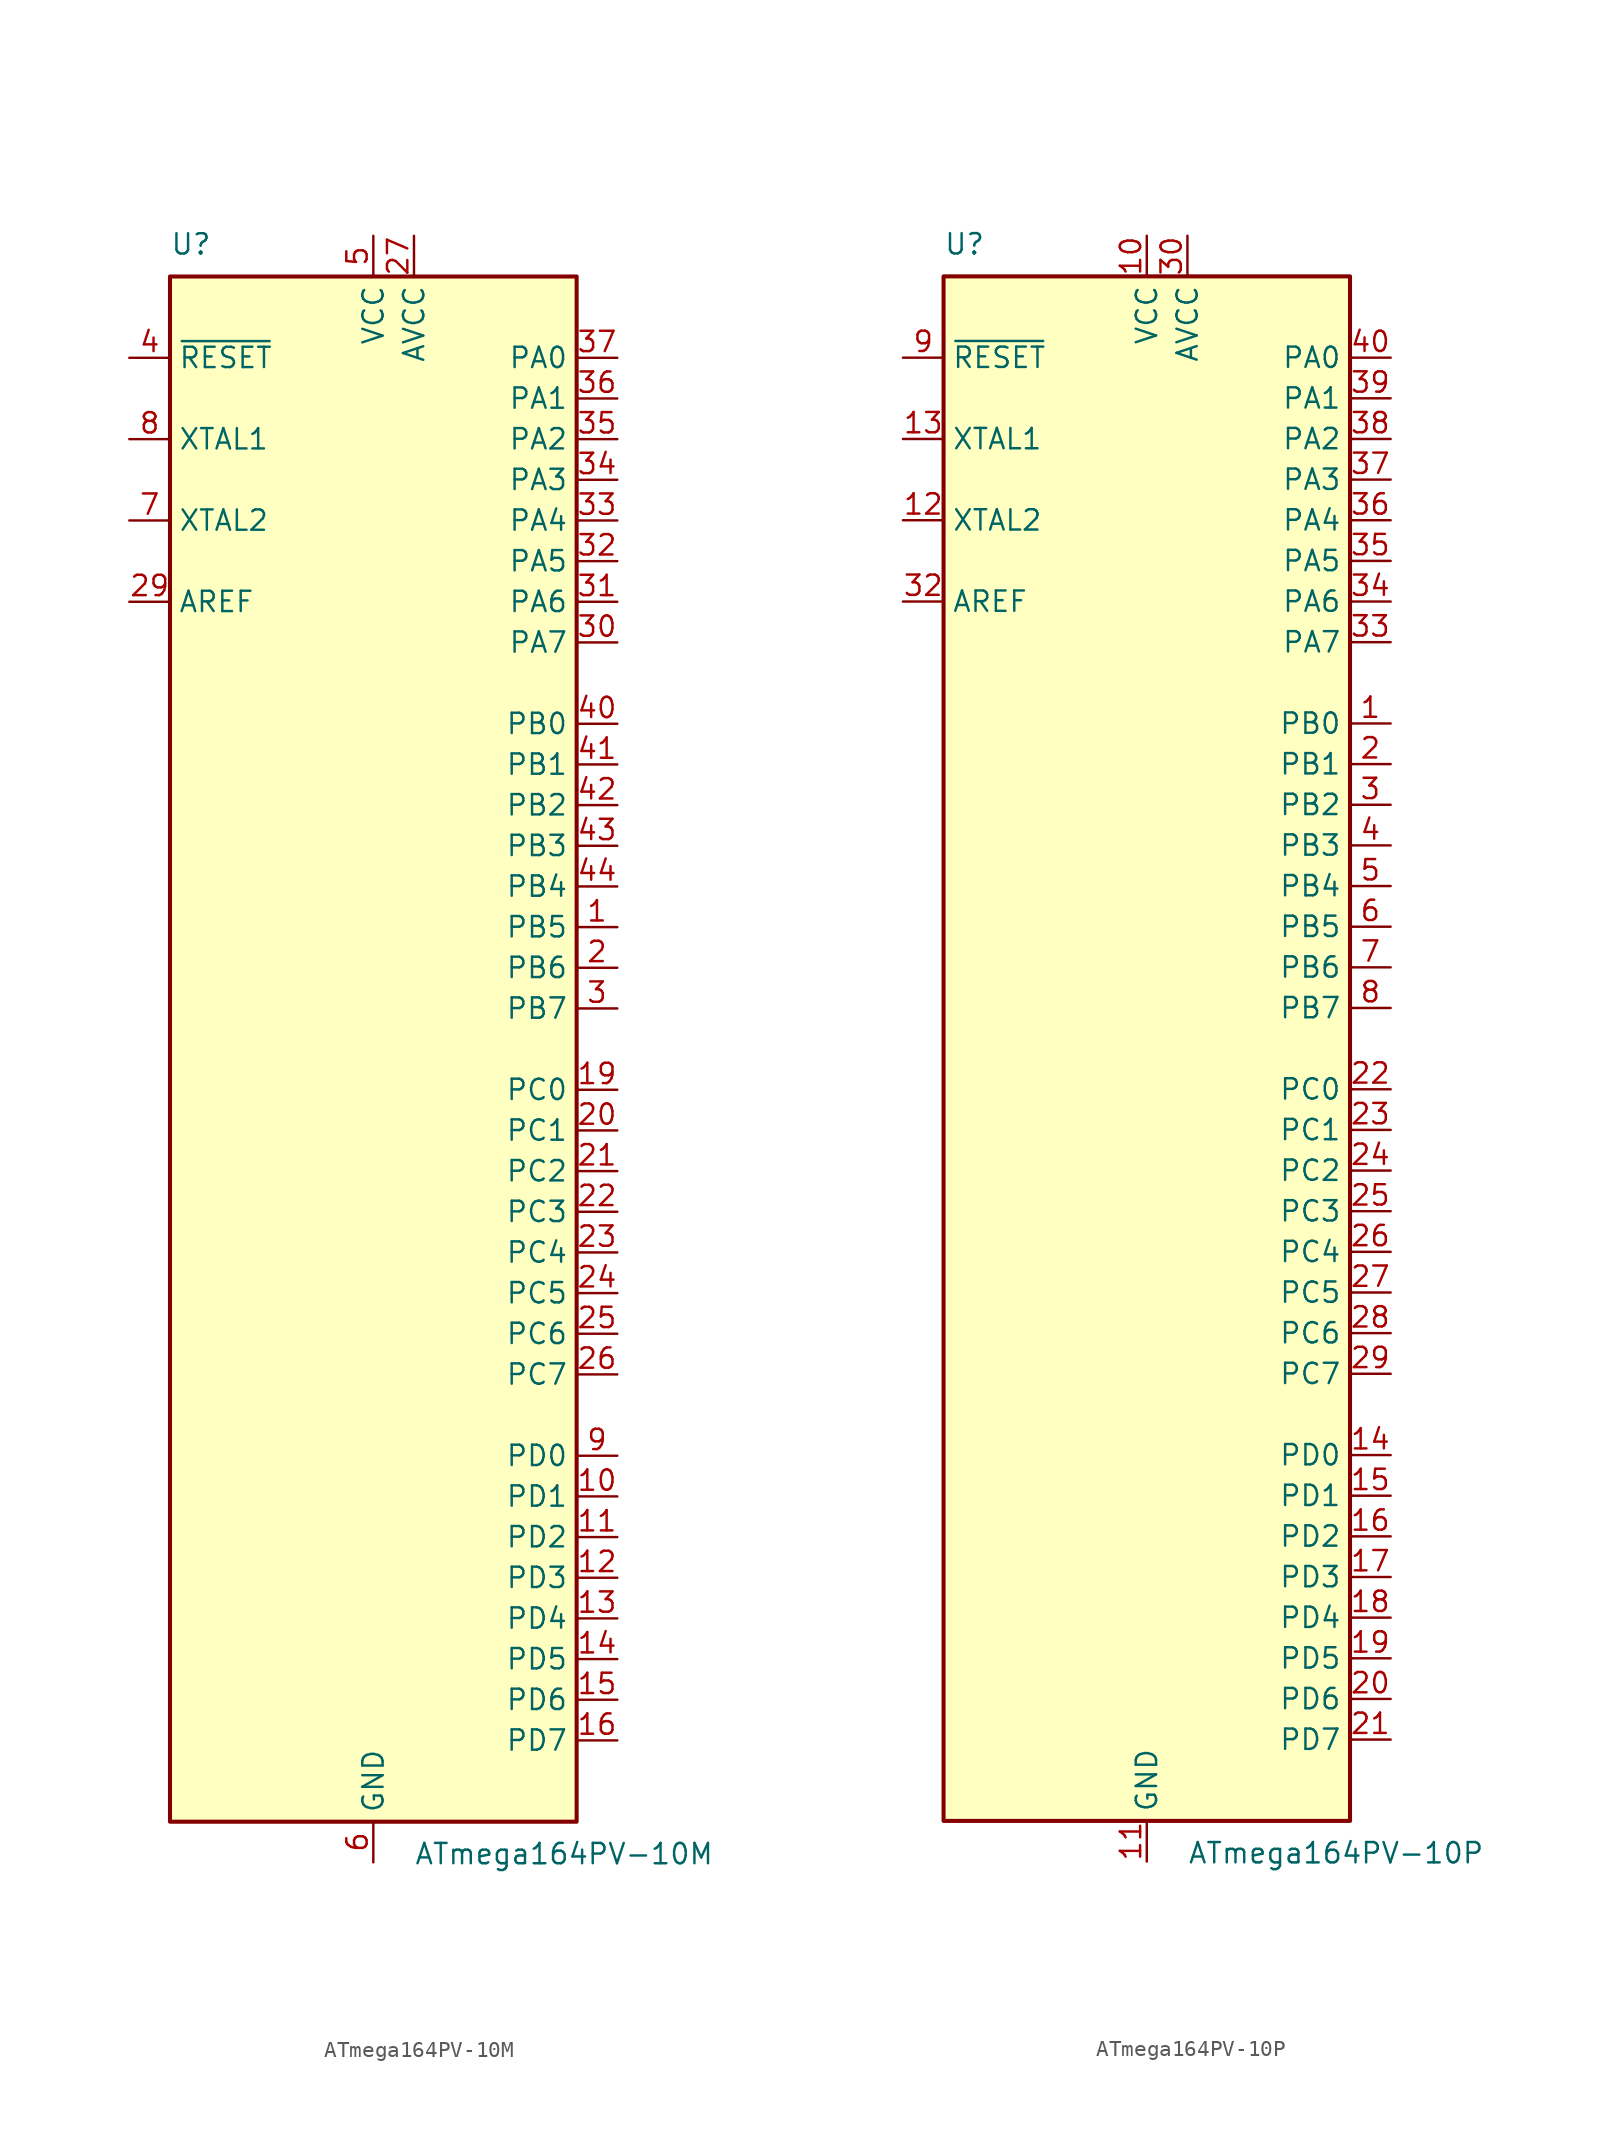
<source format=kicad_sym>
(kicad_symbol_lib
  (version 20211014)
  (generator kicad_symbol_editor)
  (symbol "ATmega164PV-10M"
    (property "Reference" "U"
      (at -12.7 49.53 0)
      (effects (font (size 1.27 1.27)) (justify left bottom)))
    (property "Value" "ATmega164PV-10M"
      (at 2.54 -49.53 0)
      (effects (font (size 1.27 1.27)) (justify left top)))
    (symbol "ATmega164PV-10M_0_1"
      (rectangle (start -12.7 -48.26) (end 12.7 48.26) (stroke (width 0.254) (type default) (color 0 0 0 0)) (fill (type background))))
    (symbol "ATmega164PV-10M_1_1"
      (pin bidirectional line (at 15.24 7.62 180) (length 2.54) (name "PB5" (effects (font (size 1.27 1.27)))) (number "1" (effects (font (size 1.27 1.27)))))
      (pin bidirectional line (at 15.24 -27.94 180) (length 2.54) (name "PD1" (effects (font (size 1.27 1.27)))) (number "10" (effects (font (size 1.27 1.27)))))
      (pin bidirectional line (at 15.24 -30.48 180) (length 2.54) (name "PD2" (effects (font (size 1.27 1.27)))) (number "11" (effects (font (size 1.27 1.27)))))
      (pin bidirectional line (at 15.24 -33.02 180) (length 2.54) (name "PD3" (effects (font (size 1.27 1.27)))) (number "12" (effects (font (size 1.27 1.27)))))
      (pin bidirectional line (at 15.24 -35.56 180) (length 2.54) (name "PD4" (effects (font (size 1.27 1.27)))) (number "13" (effects (font (size 1.27 1.27)))))
      (pin bidirectional line (at 15.24 -38.1 180) (length 2.54) (name "PD5" (effects (font (size 1.27 1.27)))) (number "14" (effects (font (size 1.27 1.27)))))
      (pin bidirectional line (at 15.24 -40.64 180) (length 2.54) (name "PD6" (effects (font (size 1.27 1.27)))) (number "15" (effects (font (size 1.27 1.27)))))
      (pin bidirectional line (at 15.24 -43.18 180) (length 2.54) (name "PD7" (effects (font (size 1.27 1.27)))) (number "16" (effects (font (size 1.27 1.27)))))
      (pin passive line (at 0 50.8 270) (length 2.54) hide (name "VCC" (effects (font (size 1.27 1.27)))) (number "17" (effects (font (size 1.27 1.27)))))
      (pin passive line (at 0 -50.8 90) (length 2.54) hide (name "GND" (effects (font (size 1.27 1.27)))) (number "18" (effects (font (size 1.27 1.27)))))
      (pin bidirectional line (at 15.24 -2.54 180) (length 2.54) (name "PC0" (effects (font (size 1.27 1.27)))) (number "19" (effects (font (size 1.27 1.27)))))
      (pin bidirectional line (at 15.24 5.08 180) (length 2.54) (name "PB6" (effects (font (size 1.27 1.27)))) (number "2" (effects (font (size 1.27 1.27)))))
      (pin bidirectional line (at 15.24 -5.08 180) (length 2.54) (name "PC1" (effects (font (size 1.27 1.27)))) (number "20" (effects (font (size 1.27 1.27)))))
      (pin bidirectional line (at 15.24 -7.62 180) (length 2.54) (name "PC2" (effects (font (size 1.27 1.27)))) (number "21" (effects (font (size 1.27 1.27)))))
      (pin bidirectional line (at 15.24 -10.16 180) (length 2.54) (name "PC3" (effects (font (size 1.27 1.27)))) (number "22" (effects (font (size 1.27 1.27)))))
      (pin bidirectional line (at 15.24 -12.7 180) (length 2.54) (name "PC4" (effects (font (size 1.27 1.27)))) (number "23" (effects (font (size 1.27 1.27)))))
      (pin bidirectional line (at 15.24 -15.24 180) (length 2.54) (name "PC5" (effects (font (size 1.27 1.27)))) (number "24" (effects (font (size 1.27 1.27)))))
      (pin bidirectional line (at 15.24 -17.78 180) (length 2.54) (name "PC6" (effects (font (size 1.27 1.27)))) (number "25" (effects (font (size 1.27 1.27)))))
      (pin bidirectional line (at 15.24 -20.32 180) (length 2.54) (name "PC7" (effects (font (size 1.27 1.27)))) (number "26" (effects (font (size 1.27 1.27)))))
      (pin power_in line (at 2.54 50.8 270) (length 2.54) (name "AVCC" (effects (font (size 1.27 1.27)))) (number "27" (effects (font (size 1.27 1.27)))))
      (pin passive line (at 0 -50.8 90) (length 2.54) hide (name "GND" (effects (font (size 1.27 1.27)))) (number "28" (effects (font (size 1.27 1.27)))))
      (pin passive line (at -15.24 27.94 0) (length 2.54) (name "AREF" (effects (font (size 1.27 1.27)))) (number "29" (effects (font (size 1.27 1.27)))))
      (pin bidirectional line (at 15.24 2.54 180) (length 2.54) (name "PB7" (effects (font (size 1.27 1.27)))) (number "3" (effects (font (size 1.27 1.27)))))
      (pin bidirectional line (at 15.24 25.4 180) (length 2.54) (name "PA7" (effects (font (size 1.27 1.27)))) (number "30" (effects (font (size 1.27 1.27)))))
      (pin bidirectional line (at 15.24 27.94 180) (length 2.54) (name "PA6" (effects (font (size 1.27 1.27)))) (number "31" (effects (font (size 1.27 1.27)))))
      (pin bidirectional line (at 15.24 30.48 180) (length 2.54) (name "PA5" (effects (font (size 1.27 1.27)))) (number "32" (effects (font (size 1.27 1.27)))))
      (pin bidirectional line (at 15.24 33.02 180) (length 2.54) (name "PA4" (effects (font (size 1.27 1.27)))) (number "33" (effects (font (size 1.27 1.27)))))
      (pin bidirectional line (at 15.24 35.56 180) (length 2.54) (name "PA3" (effects (font (size 1.27 1.27)))) (number "34" (effects (font (size 1.27 1.27)))))
      (pin bidirectional line (at 15.24 38.1 180) (length 2.54) (name "PA2" (effects (font (size 1.27 1.27)))) (number "35" (effects (font (size 1.27 1.27)))))
      (pin bidirectional line (at 15.24 40.64 180) (length 2.54) (name "PA1" (effects (font (size 1.27 1.27)))) (number "36" (effects (font (size 1.27 1.27)))))
      (pin bidirectional line (at 15.24 43.18 180) (length 2.54) (name "PA0" (effects (font (size 1.27 1.27)))) (number "37" (effects (font (size 1.27 1.27)))))
      (pin passive line (at 0 50.8 270) (length 2.54) hide (name "VCC" (effects (font (size 1.27 1.27)))) (number "38" (effects (font (size 1.27 1.27)))))
      (pin passive line (at 0 -50.8 90) (length 2.54) hide (name "GND" (effects (font (size 1.27 1.27)))) (number "39" (effects (font (size 1.27 1.27)))))
      (pin input line (at -15.24 43.18 0) (length 2.54) (name "~{RESET}" (effects (font (size 1.27 1.27)))) (number "4" (effects (font (size 1.27 1.27)))))
      (pin bidirectional line (at 15.24 20.32 180) (length 2.54) (name "PB0" (effects (font (size 1.27 1.27)))) (number "40" (effects (font (size 1.27 1.27)))))
      (pin bidirectional line (at 15.24 17.78 180) (length 2.54) (name "PB1" (effects (font (size 1.27 1.27)))) (number "41" (effects (font (size 1.27 1.27)))))
      (pin bidirectional line (at 15.24 15.24 180) (length 2.54) (name "PB2" (effects (font (size 1.27 1.27)))) (number "42" (effects (font (size 1.27 1.27)))))
      (pin bidirectional line (at 15.24 12.7 180) (length 2.54) (name "PB3" (effects (font (size 1.27 1.27)))) (number "43" (effects (font (size 1.27 1.27)))))
      (pin bidirectional line (at 15.24 10.16 180) (length 2.54) (name "PB4" (effects (font (size 1.27 1.27)))) (number "44" (effects (font (size 1.27 1.27)))))
      (pin passive line (at 0 -50.8 90) (length 2.54) hide (name "GND" (effects (font (size 1.27 1.27)))) (number "45" (effects (font (size 1.27 1.27)))))
      (pin power_in line (at 0 50.8 270) (length 2.54) (name "VCC" (effects (font (size 1.27 1.27)))) (number "5" (effects (font (size 1.27 1.27)))))
      (pin power_in line (at 0 -50.8 90) (length 2.54) (name "GND" (effects (font (size 1.27 1.27)))) (number "6" (effects (font (size 1.27 1.27)))))
      (pin output line (at -15.24 33.02 0) (length 2.54) (name "XTAL2" (effects (font (size 1.27 1.27)))) (number "7" (effects (font (size 1.27 1.27)))))
      (pin input line (at -15.24 38.1 0) (length 2.54) (name "XTAL1" (effects (font (size 1.27 1.27)))) (number "8" (effects (font (size 1.27 1.27)))))
      (pin bidirectional line (at 15.24 -25.4 180) (length 2.54) (name "PD0" (effects (font (size 1.27 1.27)))) (number "9" (effects (font (size 1.27 1.27)))))))
  (symbol "ATmega164PV-10P"
    (property "Reference" "U"
      (at -12.7 49.53 0)
      (effects (font (size 1.27 1.27)) (justify left bottom)))
    (property "Value" "ATmega164PV-10P"
      (at 2.54 -49.53 0)
      (effects (font (size 1.27 1.27)) (justify left top)))
    (symbol "ATmega164PV-10P_0_1"
      (rectangle (start -12.7 -48.26) (end 12.7 48.26) (stroke (width 0.254) (type default) (color 0 0 0 0)) (fill (type background))))
    (symbol "ATmega164PV-10P_1_1"
      (pin bidirectional line (at 15.24 20.32 180) (length 2.54) (name "PB0" (effects (font (size 1.27 1.27)))) (number "1" (effects (font (size 1.27 1.27)))))
      (pin power_in line (at 0 50.8 270) (length 2.54) (name "VCC" (effects (font (size 1.27 1.27)))) (number "10" (effects (font (size 1.27 1.27)))))
      (pin power_in line (at 0 -50.8 90) (length 2.54) (name "GND" (effects (font (size 1.27 1.27)))) (number "11" (effects (font (size 1.27 1.27)))))
      (pin output line (at -15.24 33.02 0) (length 2.54) (name "XTAL2" (effects (font (size 1.27 1.27)))) (number "12" (effects (font (size 1.27 1.27)))))
      (pin input line (at -15.24 38.1 0) (length 2.54) (name "XTAL1" (effects (font (size 1.27 1.27)))) (number "13" (effects (font (size 1.27 1.27)))))
      (pin bidirectional line (at 15.24 -25.4 180) (length 2.54) (name "PD0" (effects (font (size 1.27 1.27)))) (number "14" (effects (font (size 1.27 1.27)))))
      (pin bidirectional line (at 15.24 -27.94 180) (length 2.54) (name "PD1" (effects (font (size 1.27 1.27)))) (number "15" (effects (font (size 1.27 1.27)))))
      (pin bidirectional line (at 15.24 -30.48 180) (length 2.54) (name "PD2" (effects (font (size 1.27 1.27)))) (number "16" (effects (font (size 1.27 1.27)))))
      (pin bidirectional line (at 15.24 -33.02 180) (length 2.54) (name "PD3" (effects (font (size 1.27 1.27)))) (number "17" (effects (font (size 1.27 1.27)))))
      (pin bidirectional line (at 15.24 -35.56 180) (length 2.54) (name "PD4" (effects (font (size 1.27 1.27)))) (number "18" (effects (font (size 1.27 1.27)))))
      (pin bidirectional line (at 15.24 -38.1 180) (length 2.54) (name "PD5" (effects (font (size 1.27 1.27)))) (number "19" (effects (font (size 1.27 1.27)))))
      (pin bidirectional line (at 15.24 17.78 180) (length 2.54) (name "PB1" (effects (font (size 1.27 1.27)))) (number "2" (effects (font (size 1.27 1.27)))))
      (pin bidirectional line (at 15.24 -40.64 180) (length 2.54) (name "PD6" (effects (font (size 1.27 1.27)))) (number "20" (effects (font (size 1.27 1.27)))))
      (pin bidirectional line (at 15.24 -43.18 180) (length 2.54) (name "PD7" (effects (font (size 1.27 1.27)))) (number "21" (effects (font (size 1.27 1.27)))))
      (pin bidirectional line (at 15.24 -2.54 180) (length 2.54) (name "PC0" (effects (font (size 1.27 1.27)))) (number "22" (effects (font (size 1.27 1.27)))))
      (pin bidirectional line (at 15.24 -5.08 180) (length 2.54) (name "PC1" (effects (font (size 1.27 1.27)))) (number "23" (effects (font (size 1.27 1.27)))))
      (pin bidirectional line (at 15.24 -7.62 180) (length 2.54) (name "PC2" (effects (font (size 1.27 1.27)))) (number "24" (effects (font (size 1.27 1.27)))))
      (pin bidirectional line (at 15.24 -10.16 180) (length 2.54) (name "PC3" (effects (font (size 1.27 1.27)))) (number "25" (effects (font (size 1.27 1.27)))))
      (pin bidirectional line (at 15.24 -12.7 180) (length 2.54) (name "PC4" (effects (font (size 1.27 1.27)))) (number "26" (effects (font (size 1.27 1.27)))))
      (pin bidirectional line (at 15.24 -15.24 180) (length 2.54) (name "PC5" (effects (font (size 1.27 1.27)))) (number "27" (effects (font (size 1.27 1.27)))))
      (pin bidirectional line (at 15.24 -17.78 180) (length 2.54) (name "PC6" (effects (font (size 1.27 1.27)))) (number "28" (effects (font (size 1.27 1.27)))))
      (pin bidirectional line (at 15.24 -20.32 180) (length 2.54) (name "PC7" (effects (font (size 1.27 1.27)))) (number "29" (effects (font (size 1.27 1.27)))))
      (pin bidirectional line (at 15.24 15.24 180) (length 2.54) (name "PB2" (effects (font (size 1.27 1.27)))) (number "3" (effects (font (size 1.27 1.27)))))
      (pin power_in line (at 2.54 50.8 270) (length 2.54) (name "AVCC" (effects (font (size 1.27 1.27)))) (number "30" (effects (font (size 1.27 1.27)))))
      (pin passive line (at 0 -50.8 90) (length 2.54) hide (name "GND" (effects (font (size 1.27 1.27)))) (number "31" (effects (font (size 1.27 1.27)))))
      (pin passive line (at -15.24 27.94 0) (length 2.54) (name "AREF" (effects (font (size 1.27 1.27)))) (number "32" (effects (font (size 1.27 1.27)))))
      (pin bidirectional line (at 15.24 25.4 180) (length 2.54) (name "PA7" (effects (font (size 1.27 1.27)))) (number "33" (effects (font (size 1.27 1.27)))))
      (pin bidirectional line (at 15.24 27.94 180) (length 2.54) (name "PA6" (effects (font (size 1.27 1.27)))) (number "34" (effects (font (size 1.27 1.27)))))
      (pin bidirectional line (at 15.24 30.48 180) (length 2.54) (name "PA5" (effects (font (size 1.27 1.27)))) (number "35" (effects (font (size 1.27 1.27)))))
      (pin bidirectional line (at 15.24 33.02 180) (length 2.54) (name "PA4" (effects (font (size 1.27 1.27)))) (number "36" (effects (font (size 1.27 1.27)))))
      (pin bidirectional line (at 15.24 35.56 180) (length 2.54) (name "PA3" (effects (font (size 1.27 1.27)))) (number "37" (effects (font (size 1.27 1.27)))))
      (pin bidirectional line (at 15.24 38.1 180) (length 2.54) (name "PA2" (effects (font (size 1.27 1.27)))) (number "38" (effects (font (size 1.27 1.27)))))
      (pin bidirectional line (at 15.24 40.64 180) (length 2.54) (name "PA1" (effects (font (size 1.27 1.27)))) (number "39" (effects (font (size 1.27 1.27)))))
      (pin bidirectional line (at 15.24 12.7 180) (length 2.54) (name "PB3" (effects (font (size 1.27 1.27)))) (number "4" (effects (font (size 1.27 1.27)))))
      (pin bidirectional line (at 15.24 43.18 180) (length 2.54) (name "PA0" (effects (font (size 1.27 1.27)))) (number "40" (effects (font (size 1.27 1.27)))))
      (pin bidirectional line (at 15.24 10.16 180) (length 2.54) (name "PB4" (effects (font (size 1.27 1.27)))) (number "5" (effects (font (size 1.27 1.27)))))
      (pin bidirectional line (at 15.24 7.62 180) (length 2.54) (name "PB5" (effects (font (size 1.27 1.27)))) (number "6" (effects (font (size 1.27 1.27)))))
      (pin bidirectional line (at 15.24 5.08 180) (length 2.54) (name "PB6" (effects (font (size 1.27 1.27)))) (number "7" (effects (font (size 1.27 1.27)))))
      (pin bidirectional line (at 15.24 2.54 180) (length 2.54) (name "PB7" (effects (font (size 1.27 1.27)))) (number "8" (effects (font (size 1.27 1.27)))))
      (pin input line (at -15.24 43.18 0) (length 2.54) (name "~{RESET}" (effects (font (size 1.27 1.27)))) (number "9" (effects (font (size 1.27 1.27))))))))
</source>
